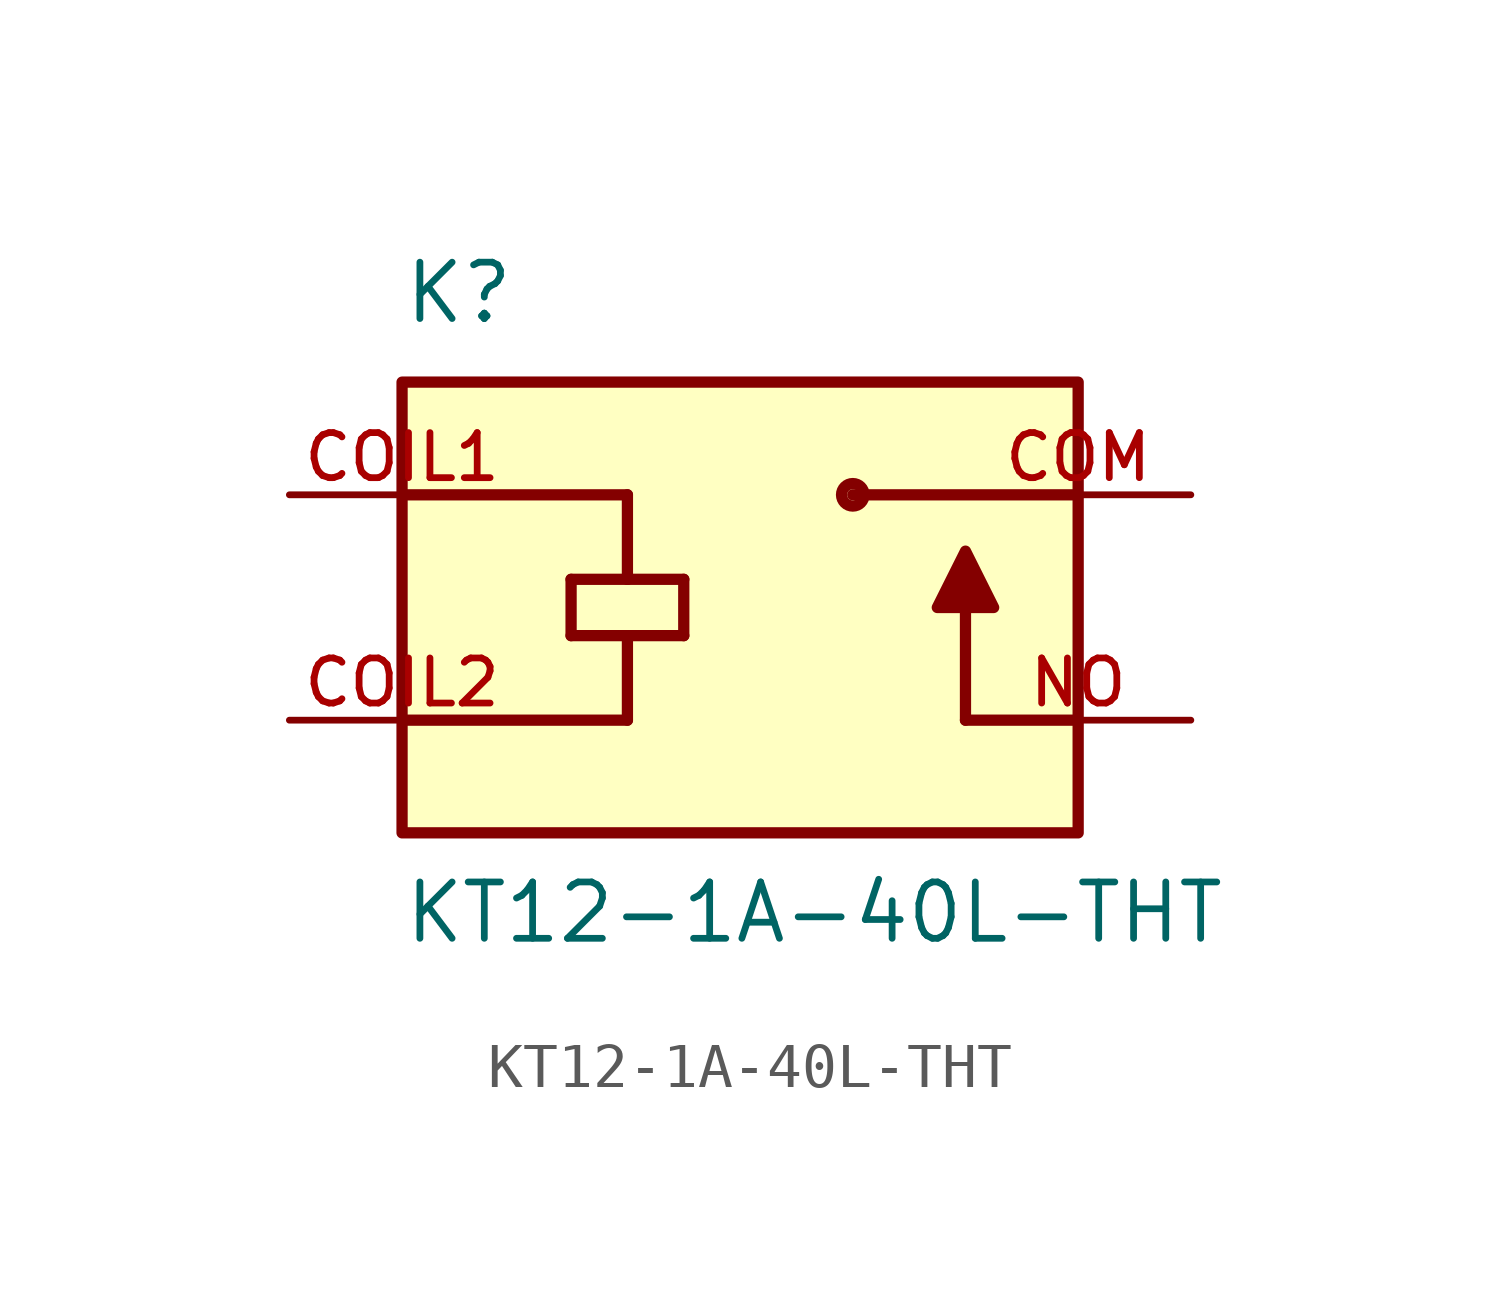
<source format=kicad_sym>
(kicad_symbol_lib
  (version 20211014)
  (generator kicad_symbol_editor)
  (symbol "KT12-1A-40L-THT"
    (pin_names
      (offset 1.016))
    (property "Reference" "K"
      (at -7.62 6.35 0)
      (effects (font (size 1.27 1.27)) (justify bottom left)))
    (property "Value" "KT12-1A-40L-THT"
      (at -7.62 -7.62 0)
      (effects (font (size 1.27 1.27)) (justify bottom left)))
    (symbol "KT12-1A-40L-THT_0_0"
      (polyline (pts (xy 7.62 2.54) (xy 2.54 2.54)) (stroke (width 0.254)))
      (polyline (pts (xy 7.62 -2.54) (xy 5.08 -2.54)) (stroke (width 0.254)))
      (polyline (pts (xy 5.08 -2.54) (xy 5.08 0.0)) (stroke (width 0.254)))
      (polyline (pts (xy 4.445 0.0) (xy 5.715 0.0) (xy 5.08 1.27) (xy 4.445 0.0)) (stroke (width 0.254)) (fill (type outline)))
      (circle (center 2.54 2.54) (radius 0.254) (stroke (width 0.254)) (fill (type none)))
      (polyline (pts (xy -7.62 2.54) (xy -2.54 2.54)) (stroke (width 0.254)))
      (polyline (pts (xy -3.81 0.635) (xy -2.54 0.635)) (stroke (width 0.254)))
      (polyline (pts (xy -2.54 0.635) (xy -1.27 0.635)) (stroke (width 0.254)))
      (polyline (pts (xy -1.27 0.635) (xy -1.27 -0.635)) (stroke (width 0.254)))
      (polyline (pts (xy -1.27 -0.635) (xy -2.54 -0.635)) (stroke (width 0.254)))
      (polyline (pts (xy -2.54 -0.635) (xy -3.81 -0.635)) (stroke (width 0.254)))
      (polyline (pts (xy -3.81 -0.635) (xy -3.81 0.635)) (stroke (width 0.254)))
      (polyline (pts (xy -7.62 -2.54) (xy -2.54 -2.54)) (stroke (width 0.254)))
      (polyline (pts (xy -2.54 2.54) (xy -2.54 0.635)) (stroke (width 0.254)))
      (polyline (pts (xy -2.54 -0.635) (xy -2.54 -2.54)) (stroke (width 0.254)))
      (rectangle (start -7.62 -5.08) (end 7.62 5.08) (stroke (width 0.254)) (fill (type background)))
      (pin passive line (at 10.16 -2.54 180.0) (length 5.08) (name "~" (effects (font (size 1.016 1.016)))) (number "NO" (effects (font (size 1.016 1.016)))))
      (pin passive line (at -10.16 2.54 0) (length 5.08) (name "~" (effects (font (size 1.016 1.016)))) (number "COIL1" (effects (font (size 1.016 1.016)))))
      (pin passive line (at -10.16 -2.54 0) (length 5.08) (name "~" (effects (font (size 1.016 1.016)))) (number "COIL2" (effects (font (size 1.016 1.016)))))
      (pin passive line (at 10.16 2.54 180.0) (length 5.08) (name "~" (effects (font (size 1.016 1.016)))) (number "COM" (effects (font (size 1.016 1.016))))))))
</source>
